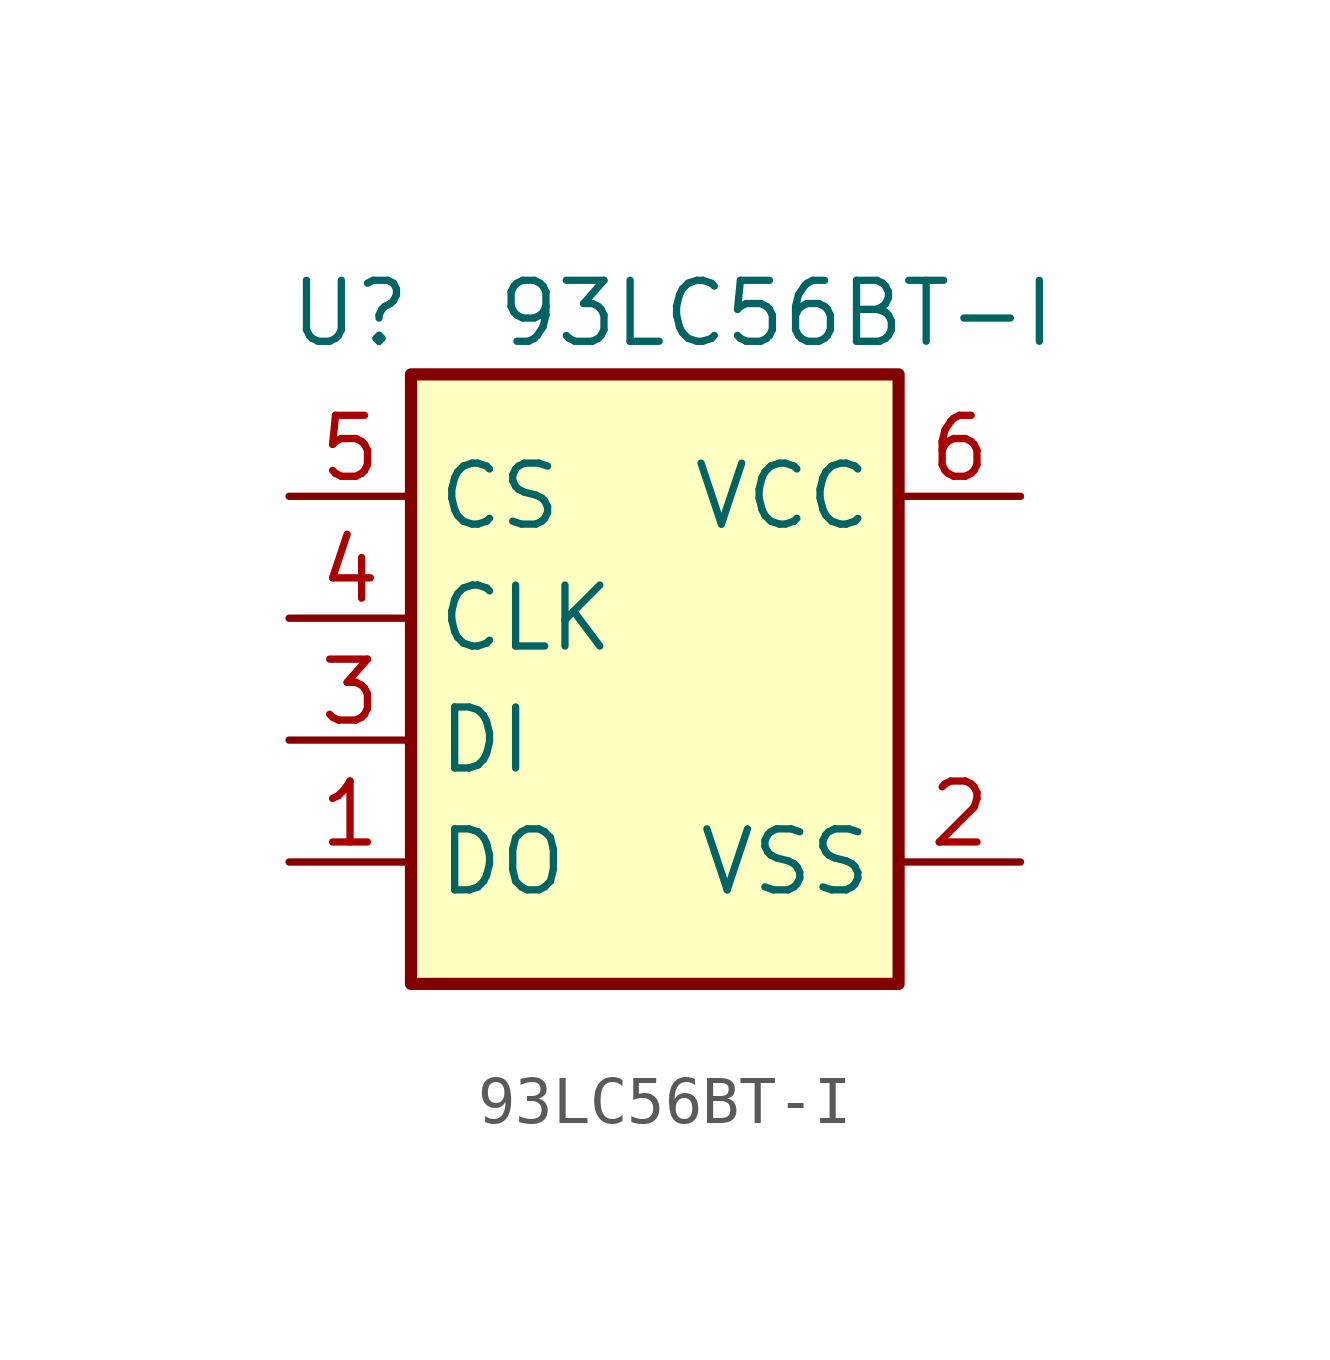
<source format=kicad_sym>
(kicad_symbol_lib
  (version 20241209)
  (generator "kicad_symbol_editor")
  (generator_version "9.0")
  (symbol "93LC56BT-I"
    (property "Reference" "U"
      (at -6.35 6.35 0)
      (effects (font (size 1.27 1.27))))
    (property "Value" "93LC56BT-I"
      (at 2.54 6.35 0)
      (effects (font (size 1.27 1.27))))
    (symbol "93LC56BT-I_0_1"
      (rectangle (start -5.08 5.08) (end 5.08 -7.62) (stroke (width 0.254) (type default)) (fill (type background))))
    (symbol "93LC56BT-I_1_1"
      (pin input line (at -7.62 2.54 0) (length 2.54) (name "CS" (effects (font (size 1.27 1.27)))) (number "5" (effects (font (size 1.27 1.27)))))
      (pin input line (at -7.62 0 0) (length 2.54) (name "CLK" (effects (font (size 1.27 1.27)))) (number "4" (effects (font (size 1.27 1.27)))))
      (pin input line (at -7.62 -2.54 0) (length 2.54) (name "DI" (effects (font (size 1.27 1.27)))) (number "3" (effects (font (size 1.27 1.27)))))
      (pin output line (at -7.62 -5.08 0) (length 2.54) (name "DO" (effects (font (size 1.27 1.27)))) (number "1" (effects (font (size 1.27 1.27)))))
      (pin power_in line (at 7.62 2.54 180) (length 2.54) (name "VCC" (effects (font (size 1.27 1.27)))) (number "6" (effects (font (size 1.27 1.27)))))
      (pin power_in line (at 7.62 -5.08 180) (length 2.54) (name "VSS" (effects (font (size 1.27 1.27)))) (number "2" (effects (font (size 1.27 1.27))))))))
</source>
